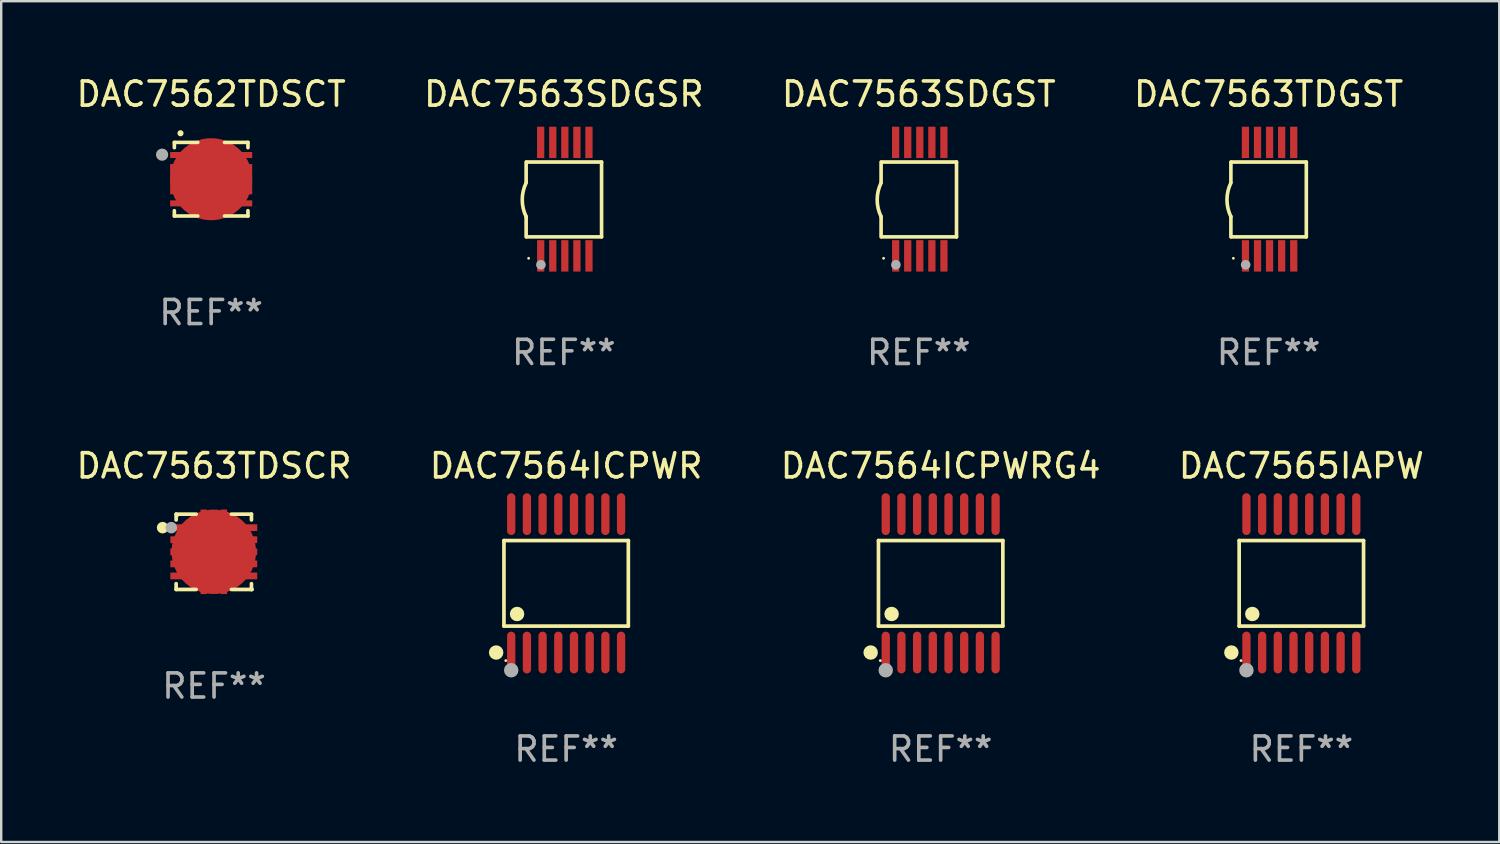
<source format=kicad_pcb>
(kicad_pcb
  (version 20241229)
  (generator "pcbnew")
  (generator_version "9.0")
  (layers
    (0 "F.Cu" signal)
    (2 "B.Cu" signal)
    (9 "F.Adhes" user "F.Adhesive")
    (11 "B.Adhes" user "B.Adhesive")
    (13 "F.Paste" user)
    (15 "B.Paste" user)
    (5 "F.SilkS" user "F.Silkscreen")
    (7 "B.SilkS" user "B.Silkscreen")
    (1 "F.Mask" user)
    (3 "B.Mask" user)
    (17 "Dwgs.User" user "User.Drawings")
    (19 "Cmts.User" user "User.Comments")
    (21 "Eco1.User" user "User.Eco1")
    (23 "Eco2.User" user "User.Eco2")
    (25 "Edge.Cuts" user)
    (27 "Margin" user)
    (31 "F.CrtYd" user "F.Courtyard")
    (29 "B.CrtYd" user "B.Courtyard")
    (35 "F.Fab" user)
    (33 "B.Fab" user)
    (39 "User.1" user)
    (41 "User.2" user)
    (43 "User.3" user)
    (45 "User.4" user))
  (footprint "DAC7564ICPWRG4"
    (layer "F.Cu")
    (at 35.911 21.111)
    (property "Reference" "DAC7564ICPWRG4" (at 0 -4.866 0) (layer "F.SilkS") (effects (font (size 1 1) (thickness 0.15))))
    (attr through_hole)
    (fp_line (start -2.576 -1.772) (end 2.576 -1.772) (stroke (width 0.152) (type solid)) (layer "F.SilkS"))
    (fp_line (start -2.576 1.771) (end -2.576 -1.772) (stroke (width 0.152) (type solid)) (layer "F.SilkS"))
    (fp_line (start 2.576 -1.772) (end 2.576 1.771) (stroke (width 0.152) (type solid)) (layer "F.SilkS"))
    (fp_line (start 2.576 1.771) (end -2.576 1.771) (stroke (width 0.152) (type solid)) (layer "F.SilkS"))
    (fp_circle (center -2.899 2.866) (end -2.749 2.866) (stroke (width 0.3) (type solid)) (fill no) (layer "F.SilkS"))
    (fp_circle (center -2.5 3.2) (end -2.47 3.2) (stroke (width 0.06) (type solid)) (fill no) (layer "F.SilkS"))
    (fp_circle (center -2.032 1.27) (end -1.882 1.27) (stroke (width 0.3) (type solid)) (fill no) (layer "F.SilkS"))
    (fp_circle (center -2.275 3.6) (end -2.125 3.6) (stroke (width 0.3) (type solid)) (fill no) (layer "F.Fab"))
    (fp_text user "REF**" (at 0 6.866 0) (layer "F.Fab") (effects (font (size 1 1) (thickness 0.15))))
    (pad "1" smd oval (at -2.275 2.866) (size 0.343 1.731) (layers "F.Cu" "F.Mask" "F.Paste"))
    (pad "2" smd oval (at -1.625 2.866) (size 0.343 1.731) (layers "F.Cu" "F.Mask" "F.Paste"))
    (pad "3" smd oval (at -0.975 2.866) (size 0.343 1.731) (layers "F.Cu" "F.Mask" "F.Paste"))
    (pad "4" smd oval (at -0.325 2.866) (size 0.343 1.731) (layers "F.Cu" "F.Mask" "F.Paste"))
    (pad "5" smd oval (at 0.325 2.866) (size 0.343 1.731) (layers "F.Cu" "F.Mask" "F.Paste"))
    (pad "6" smd oval (at 0.975 2.866) (size 0.343 1.731) (layers "F.Cu" "F.Mask" "F.Paste"))
    (pad "7" smd oval (at 1.625 2.866) (size 0.343 1.731) (layers "F.Cu" "F.Mask" "F.Paste"))
    (pad "8" smd oval (at 2.275 2.866) (size 0.343 1.731) (layers "F.Cu" "F.Mask" "F.Paste"))
    (pad "9" smd oval (at 2.275 -2.866) (size 0.343 1.731) (layers "F.Cu" "F.Mask" "F.Paste"))
    (pad "10" smd oval (at 1.625 -2.866) (size 0.343 1.731) (layers "F.Cu" "F.Mask" "F.Paste"))
    (pad "11" smd oval (at 0.975 -2.866) (size 0.343 1.731) (layers "F.Cu" "F.Mask" "F.Paste"))
    (pad "12" smd oval (at 0.325 -2.866) (size 0.343 1.731) (layers "F.Cu" "F.Mask" "F.Paste"))
    (pad "13" smd oval (at -0.325 -2.866) (size 0.343 1.731) (layers "F.Cu" "F.Mask" "F.Paste"))
    (pad "14" smd oval (at -0.975 -2.866) (size 0.343 1.731) (layers "F.Cu" "F.Mask" "F.Paste"))
    (pad "15" smd oval (at -1.625 -2.866) (size 0.343 1.731) (layers "F.Cu" "F.Mask" "F.Paste"))
    (pad "16" smd oval (at -2.275 -2.866) (size 0.343 1.731) (layers "F.Cu" "F.Mask" "F.Paste")))
  (footprint "DAC7565IAPW"
    (layer "F.Cu")
    (at 50.851 21.111)
    (property "Reference" "DAC7565IAPW" (at 0 -4.866 0) (layer "F.SilkS") (effects (font (size 1 1) (thickness 0.15))))
    (attr through_hole)
    (fp_line (start -2.576 -1.772) (end 2.576 -1.772) (stroke (width 0.152) (type solid)) (layer "F.SilkS"))
    (fp_line (start -2.576 1.771) (end -2.576 -1.772) (stroke (width 0.152) (type solid)) (layer "F.SilkS"))
    (fp_line (start 2.576 -1.772) (end 2.576 1.771) (stroke (width 0.152) (type solid)) (layer "F.SilkS"))
    (fp_line (start 2.576 1.771) (end -2.576 1.771) (stroke (width 0.152) (type solid)) (layer "F.SilkS"))
    (fp_circle (center -2.899 2.866) (end -2.749 2.866) (stroke (width 0.3) (type solid)) (fill no) (layer "F.SilkS"))
    (fp_circle (center -2.5 3.2) (end -2.47 3.2) (stroke (width 0.06) (type solid)) (fill no) (layer "F.SilkS"))
    (fp_circle (center -2.032 1.27) (end -1.882 1.27) (stroke (width 0.3) (type solid)) (fill no) (layer "F.SilkS"))
    (fp_circle (center -2.275 3.6) (end -2.125 3.6) (stroke (width 0.3) (type solid)) (fill no) (layer "F.Fab"))
    (fp_text user "REF**" (at 0 6.866 0) (layer "F.Fab") (effects (font (size 1 1) (thickness 0.15))))
    (pad "1" smd oval (at -2.275 2.866) (size 0.343 1.731) (layers "F.Cu" "F.Mask" "F.Paste"))
    (pad "2" smd oval (at -1.625 2.866) (size 0.343 1.731) (layers "F.Cu" "F.Mask" "F.Paste"))
    (pad "3" smd oval (at -0.975 2.866) (size 0.343 1.731) (layers "F.Cu" "F.Mask" "F.Paste"))
    (pad "4" smd oval (at -0.325 2.866) (size 0.343 1.731) (layers "F.Cu" "F.Mask" "F.Paste"))
    (pad "5" smd oval (at 0.325 2.866) (size 0.343 1.731) (layers "F.Cu" "F.Mask" "F.Paste"))
    (pad "6" smd oval (at 0.975 2.866) (size 0.343 1.731) (layers "F.Cu" "F.Mask" "F.Paste"))
    (pad "7" smd oval (at 1.625 2.866) (size 0.343 1.731) (layers "F.Cu" "F.Mask" "F.Paste"))
    (pad "8" smd oval (at 2.275 2.866) (size 0.343 1.731) (layers "F.Cu" "F.Mask" "F.Paste"))
    (pad "9" smd oval (at 2.275 -2.866) (size 0.343 1.731) (layers "F.Cu" "F.Mask" "F.Paste"))
    (pad "10" smd oval (at 1.625 -2.866) (size 0.343 1.731) (layers "F.Cu" "F.Mask" "F.Paste"))
    (pad "11" smd oval (at 0.975 -2.866) (size 0.343 1.731) (layers "F.Cu" "F.Mask" "F.Paste"))
    (pad "12" smd oval (at 0.325 -2.866) (size 0.343 1.731) (layers "F.Cu" "F.Mask" "F.Paste"))
    (pad "13" smd oval (at -0.325 -2.866) (size 0.343 1.731) (layers "F.Cu" "F.Mask" "F.Paste"))
    (pad "14" smd oval (at -0.975 -2.866) (size 0.343 1.731) (layers "F.Cu" "F.Mask" "F.Paste"))
    (pad "15" smd oval (at -1.625 -2.866) (size 0.343 1.731) (layers "F.Cu" "F.Mask" "F.Paste"))
    (pad "16" smd oval (at -2.275 -2.866) (size 0.343 1.731) (layers "F.Cu" "F.Mask" "F.Paste")))
  (footprint "DAC7562TDSCT"
    (layer "F.Cu")
    (at 5.696 4.372)
    (property "Reference" "DAC7562TDSCT" (at 0 -3.524 0) (layer "F.SilkS") (effects (font (size 1 1) (thickness 0.15))))
    (attr through_hole)
    (fp_line (start -1.524 -1.524) (end -1.524 -1.305) (stroke (width 0.15) (type solid)) (layer "F.SilkS"))
    (fp_line (start -1.524 1.305) (end -1.524 1.524) (stroke (width 0.15) (type solid)) (layer "F.SilkS"))
    (fp_line (start -1.524 1.524) (end -0.554 1.524) (stroke (width 0.15) (type solid)) (layer "F.SilkS"))
    (fp_line (start -0.554 -1.524) (end -1.524 -1.524) (stroke (width 0.15) (type solid)) (layer "F.SilkS"))
    (fp_line (start 0.554 1.524) (end 1.524 1.524) (stroke (width 0.15) (type solid)) (layer "F.SilkS"))
    (fp_line (start 1.524 -1.524) (end 0.554 -1.524) (stroke (width 0.15) (type solid)) (layer "F.SilkS"))
    (fp_line (start 1.524 -1.305) (end 1.524 -1.524) (stroke (width 0.15) (type solid)) (layer "F.SilkS"))
    (fp_line (start 1.524 1.524) (end 1.524 1.305) (stroke (width 0.15) (type solid)) (layer "F.SilkS"))
    (fp_arc (start -1.270003 -1.902489) (mid -1.27001 -1.903759) (end -1.270003 -1.905029) (stroke (width 0.25) (type solid)) (layer "F.SilkS"))
    (fp_circle (center -1.502 -1.504) (end -1.472 -1.504) (stroke (width 0.06) (type solid)) (fill no) (layer "F.SilkS"))
    (fp_circle (center -2.032 -1.016) (end -1.905 -1.016) (stroke (width 0.254) (type solid)) (fill no) (layer "F.Fab"))
    (fp_text user "REF**" (at 0 5.524 0) (layer "F.Fab") (effects (font (size 1 1) (thickness 0.15))))
    (pad "1" smd rect (at -1.4 -1.001 90) (size 0.25 0.6) (layers "F.Cu" "F.Mask" "F.Paste"))
    (pad "2" smd rect (at -1.4 -0.5 90) (size 0.25 0.6) (layers "F.Cu" "F.Mask" "F.Paste"))
    (pad "3" smd rect (at -1.4 0.000076 90) (size 0.25 0.6) (layers "F.Cu" "F.Mask" "F.Paste"))
    (pad "4" smd rect (at -1.4 0.5 90) (size 0.25 0.6) (layers "F.Cu" "F.Mask" "F.Paste"))
    (pad "5" smd rect (at -1.4 1.001 90) (size 0.25 0.6) (layers "F.Cu" "F.Mask" "F.Paste"))
    (pad "6" smd rect (at 1.4 1.001 270) (size 0.25 0.6) (layers "F.Cu" "F.Mask" "F.Paste"))
    (pad "7" smd rect (at 1.4 0.5 270) (size 0.25 0.6) (layers "F.Cu" "F.Mask" "F.Paste"))
    (pad "8" smd rect (at 1.4 0.000076 270) (size 0.25 0.6) (layers "F.Cu" "F.Mask" "F.Paste"))
    (pad "9" smd rect (at 1.4 -0.5 270) (size 0.25 0.6) (layers "F.Cu" "F.Mask" "F.Paste"))
    (pad "10" smd rect (at 1.4 -1.001 270) (size 0.25 0.6) (layers "F.Cu" "F.Mask" "F.Paste"))
    (pad "11" smd custom (at -0.000102 0.000076 270) (size 3.4 1.65) (layers "F.Cu" "F.Mask" "F.Paste") (options (anchor circle)) (primitives (gr_poly (pts (xy -0.125 -1.7) (xy -0.125 -1.2) (xy 0.125 -1.2) (xy 0.125 -1.7) (xy 0.375 -1.7) (xy 0.375 -1.2) (xy 0.825 -1.2) (xy 0.825 1.2) (xy 0.375 1.2) (xy 0.375 1.7) (xy 0.125 1.7) (xy 0.125 1.2) (xy -0.125 1.2) (xy -0.125 1.7) (xy -0.375 1.7) (xy -0.375 1.2) (xy -0.825 1.2) (xy -0.825 -1.2) (xy -0.375 -1.2) (xy -0.375 -1.7)) (width 0) (fill yes)))))
  (footprint "DAC7563SDGST"
    (layer "F.Cu")
    (at 35.006 5.198)
    (property "Reference" "DAC7563SDGST" (at 0 -4.35 0) (layer "F.SilkS") (effects (font (size 1 1) (thickness 0.15))))
    (attr through_hole)
    (fp_line (start -1.562 -1.537) (end -1.562 -0.698) (stroke (width 0.15) (type solid)) (layer "F.SilkS"))
    (fp_line (start -1.562 0.724) (end -1.562 1.562) (stroke (width 0.15) (type solid)) (layer "F.SilkS"))
    (fp_line (start -1.538 -1.537) (end 1.562 -1.537) (stroke (width 0.15) (type solid)) (layer "F.SilkS"))
    (fp_line (start -1.538 1.562) (end 1.562 1.562) (stroke (width 0.15) (type solid)) (layer "F.SilkS"))
    (fp_line (start 1.562 1.564) (end 1.562 -1.537) (stroke (width 0.15) (type solid)) (layer "F.SilkS"))
    (fp_arc (start -1.562103 0.724079) (mid -1.723579 0.025578) (end -1.562103 -0.672924) (stroke (width 0.150013) (type solid)) (layer "F.SilkS"))
    (fp_circle (center -1.459 2.45) (end -1.429 2.45) (stroke (width 0.06) (type solid)) (fill no) (layer "F.SilkS"))
    (fp_circle (center -0.95 2.718) (end -0.85 2.718) (stroke (width 0.2) (type solid)) (fill no) (layer "F.Fab"))
    (fp_text user "REF**" (at 0 6.35 0) (layer "F.Fab") (effects (font (size 1 1) (thickness 0.15))))
    (pad "1" smd rect (at -0.959 2.35) (size 0.3 1.3) (layers "F.Cu" "F.Mask" "F.Paste"))
    (pad "2" smd rect (at -0.459 2.35) (size 0.3 1.3) (layers "F.Cu" "F.Mask" "F.Paste"))
    (pad "3" smd rect (at 0.04 2.35) (size 0.3 1.3) (layers "F.Cu" "F.Mask" "F.Paste"))
    (pad "4" smd rect (at 0.541 2.35) (size 0.3 1.3) (layers "F.Cu" "F.Mask" "F.Paste"))
    (pad "5" smd rect (at 1.041 2.35) (size 0.3 1.3) (layers "F.Cu" "F.Mask" "F.Paste"))
    (pad "6" smd rect (at 1.04 -2.35) (size 0.3 1.3) (layers "F.Cu" "F.Mask" "F.Paste"))
    (pad "7" smd rect (at 0.541 -2.35) (size 0.3 1.3) (layers "F.Cu" "F.Mask" "F.Paste"))
    (pad "8" smd rect (at 0.041 -2.35) (size 0.3 1.3) (layers "F.Cu" "F.Mask" "F.Paste"))
    (pad "9" smd rect (at -0.459 -2.35) (size 0.3 1.3) (layers "F.Cu" "F.Mask" "F.Paste"))
    (pad "10" smd rect (at -0.96 -2.35) (size 0.3 1.3) (layers "F.Cu" "F.Mask" "F.Paste")))
  (footprint "DAC7564ICPWR"
    (layer "F.Cu")
    (at 20.399 21.111)
    (property "Reference" "DAC7564ICPWR" (at 0 -4.866 0) (layer "F.SilkS") (effects (font (size 1 1) (thickness 0.15))))
    (attr through_hole)
    (fp_line (start -2.576 -1.772) (end 2.576 -1.772) (stroke (width 0.152) (type solid)) (layer "F.SilkS"))
    (fp_line (start -2.576 1.771) (end -2.576 -1.772) (stroke (width 0.152) (type solid)) (layer "F.SilkS"))
    (fp_line (start 2.576 -1.772) (end 2.576 1.771) (stroke (width 0.152) (type solid)) (layer "F.SilkS"))
    (fp_line (start 2.576 1.771) (end -2.576 1.771) (stroke (width 0.152) (type solid)) (layer "F.SilkS"))
    (fp_circle (center -2.899 2.866) (end -2.749 2.866) (stroke (width 0.3) (type solid)) (fill no) (layer "F.SilkS"))
    (fp_circle (center -2.5 3.2) (end -2.47 3.2) (stroke (width 0.06) (type solid)) (fill no) (layer "F.SilkS"))
    (fp_circle (center -2.032 1.27) (end -1.882 1.27) (stroke (width 0.3) (type solid)) (fill no) (layer "F.SilkS"))
    (fp_circle (center -2.275 3.6) (end -2.125 3.6) (stroke (width 0.3) (type solid)) (fill no) (layer "F.Fab"))
    (fp_text user "REF**" (at 0 6.866 0) (layer "F.Fab") (effects (font (size 1 1) (thickness 0.15))))
    (pad "1" smd oval (at -2.275 2.866) (size 0.343 1.731) (layers "F.Cu" "F.Mask" "F.Paste"))
    (pad "2" smd oval (at -1.625 2.866) (size 0.343 1.731) (layers "F.Cu" "F.Mask" "F.Paste"))
    (pad "3" smd oval (at -0.975 2.866) (size 0.343 1.731) (layers "F.Cu" "F.Mask" "F.Paste"))
    (pad "4" smd oval (at -0.325 2.866) (size 0.343 1.731) (layers "F.Cu" "F.Mask" "F.Paste"))
    (pad "5" smd oval (at 0.325 2.866) (size 0.343 1.731) (layers "F.Cu" "F.Mask" "F.Paste"))
    (pad "6" smd oval (at 0.975 2.866) (size 0.343 1.731) (layers "F.Cu" "F.Mask" "F.Paste"))
    (pad "7" smd oval (at 1.625 2.866) (size 0.343 1.731) (layers "F.Cu" "F.Mask" "F.Paste"))
    (pad "8" smd oval (at 2.275 2.866) (size 0.343 1.731) (layers "F.Cu" "F.Mask" "F.Paste"))
    (pad "9" smd oval (at 2.275 -2.866) (size 0.343 1.731) (layers "F.Cu" "F.Mask" "F.Paste"))
    (pad "10" smd oval (at 1.625 -2.866) (size 0.343 1.731) (layers "F.Cu" "F.Mask" "F.Paste"))
    (pad "11" smd oval (at 0.975 -2.866) (size 0.343 1.731) (layers "F.Cu" "F.Mask" "F.Paste"))
    (pad "12" smd oval (at 0.325 -2.866) (size 0.343 1.731) (layers "F.Cu" "F.Mask" "F.Paste"))
    (pad "13" smd oval (at -0.325 -2.866) (size 0.343 1.731) (layers "F.Cu" "F.Mask" "F.Paste"))
    (pad "14" smd oval (at -0.975 -2.866) (size 0.343 1.731) (layers "F.Cu" "F.Mask" "F.Paste"))
    (pad "15" smd oval (at -1.625 -2.866) (size 0.343 1.731) (layers "F.Cu" "F.Mask" "F.Paste"))
    (pad "16" smd oval (at -2.275 -2.866) (size 0.343 1.731) (layers "F.Cu" "F.Mask" "F.Paste")))
  (footprint "DAC7563TDSCR"
    (layer "F.Cu")
    (at 5.815 19.805)
    (property "Reference" "DAC7563TDSCR" (at 0 -3.56 0) (layer "F.SilkS") (effects (font (size 1 1) (thickness 0.15))))
    (attr through_hole)
    (fp_line (start -1.57 -1.56) (end -1.57 -1.32) (stroke (width 0.152) (type solid)) (layer "F.SilkS"))
    (fp_line (start -1.57 1.32) (end -1.57 1.56) (stroke (width 0.152) (type solid)) (layer "F.SilkS"))
    (fp_line (start -1.57 1.56) (end -0.74 1.56) (stroke (width 0.152) (type solid)) (layer "F.SilkS"))
    (fp_line (start -0.74 -1.56) (end -1.57 -1.56) (stroke (width 0.152) (type solid)) (layer "F.SilkS"))
    (fp_line (start 0.72 1.56) (end 1.57 1.56) (stroke (width 0.152) (type solid)) (layer "F.SilkS"))
    (fp_line (start 1.55 -1.56) (end 0.72 -1.56) (stroke (width 0.152) (type solid)) (layer "F.SilkS"))
    (fp_line (start 1.55 -1.32) (end 1.55 -1.56) (stroke (width 0.152) (type solid)) (layer "F.SilkS"))
    (fp_line (start 1.55 1.56) (end 1.55 1.32) (stroke (width 0.152) (type solid)) (layer "F.SilkS"))
    (fp_line (start 1.57 1.56) (end 1.55 1.56) (stroke (width 0.152) (type solid)) (layer "F.SilkS"))
    (fp_circle (center -2.13 -1) (end -2.01 -1) (stroke (width 0.24) (type solid)) (fill no) (layer "F.SilkS"))
    (fp_circle (center -1.51 -1.5) (end -1.48 -1.5) (stroke (width 0.06) (type solid)) (fill no) (layer "F.SilkS"))
    (fp_circle (center -1.77 -1) (end -1.65 -1) (stroke (width 0.24) (type solid)) (fill no) (layer "F.Fab"))
    (fp_text user "REF**" (at 0 5.56 0) (layer "F.Fab") (effects (font (size 1 1) (thickness 0.15))))
    (pad "1" smd rect (at -1.417 -1) (size 0.785 0.28) (layers "F.Cu" "F.Mask" "F.Paste"))
    (pad "2" smd rect (at -1.417 -0.5) (size 0.785 0.28) (layers "F.Cu" "F.Mask" "F.Paste"))
    (pad "3" smd rect (at -1.417 0) (size 0.785 0.28) (layers "F.Cu" "F.Mask" "F.Paste"))
    (pad "4" smd rect (at -1.417 0.5) (size 0.785 0.28) (layers "F.Cu" "F.Mask" "F.Paste"))
    (pad "5" smd rect (at -1.417 1) (size 0.785 0.28) (layers "F.Cu" "F.Mask" "F.Paste"))
    (pad "6" smd rect (at 1.397 1) (size 0.785 0.28) (layers "F.Cu" "F.Mask" "F.Paste"))
    (pad "7" smd rect (at 1.397 0.5) (size 0.785 0.28) (layers "F.Cu" "F.Mask" "F.Paste"))
    (pad "8" smd rect (at 1.397 0) (size 0.785 0.28) (layers "F.Cu" "F.Mask" "F.Paste"))
    (pad "9" smd rect (at 1.397 -0.5) (size 0.785 0.28) (layers "F.Cu" "F.Mask" "F.Paste"))
    (pad "10" smd rect (at 1.397 -1) (size 0.785 0.28) (layers "F.Cu" "F.Mask" "F.Paste"))
    (pad "11" smd custom (at -0.01 0) (size 3.5 1.1) (layers "F.Cu" "F.Mask" "F.Paste") (options (anchor circle)) (primitives (gr_poly (pts (xy -0.55 -1.75) (xy -0.29 -1.75) (xy -0.29 -1.5) (xy 0.29 -1.5) (xy 0.29 -1.75) (xy 0.55 -1.75) (xy 0.55 1.75) (xy 0.29 1.75) (xy 0.29 1.5) (xy -0.29 1.5) (xy -0.29 1.75) (xy -0.55 1.75)) (width 0) (fill yes)))))
  (footprint "DAC7563SDGSR"
    (layer "F.Cu")
    (at 20.304 5.198)
    (property "Reference" "DAC7563SDGSR" (at 0 -4.35 0) (layer "F.SilkS") (effects (font (size 1 1) (thickness 0.15))))
    (attr through_hole)
    (fp_line (start -1.562 -1.537) (end -1.562 -0.698) (stroke (width 0.15) (type solid)) (layer "F.SilkS"))
    (fp_line (start -1.562 0.724) (end -1.562 1.562) (stroke (width 0.15) (type solid)) (layer "F.SilkS"))
    (fp_line (start -1.538 -1.537) (end 1.562 -1.537) (stroke (width 0.15) (type solid)) (layer "F.SilkS"))
    (fp_line (start -1.538 1.562) (end 1.562 1.562) (stroke (width 0.15) (type solid)) (layer "F.SilkS"))
    (fp_line (start 1.562 1.564) (end 1.562 -1.537) (stroke (width 0.15) (type solid)) (layer "F.SilkS"))
    (fp_arc (start -1.562103 0.724079) (mid -1.723579 0.025578) (end -1.562103 -0.672924) (stroke (width 0.150013) (type solid)) (layer "F.SilkS"))
    (fp_circle (center -1.459 2.45) (end -1.429 2.45) (stroke (width 0.06) (type solid)) (fill no) (layer "F.SilkS"))
    (fp_circle (center -0.95 2.718) (end -0.85 2.718) (stroke (width 0.2) (type solid)) (fill no) (layer "F.Fab"))
    (fp_text user "REF**" (at 0 6.35 0) (layer "F.Fab") (effects (font (size 1 1) (thickness 0.15))))
    (pad "1" smd rect (at -0.959 2.35) (size 0.3 1.3) (layers "F.Cu" "F.Mask" "F.Paste"))
    (pad "2" smd rect (at -0.459 2.35) (size 0.3 1.3) (layers "F.Cu" "F.Mask" "F.Paste"))
    (pad "3" smd rect (at 0.04 2.35) (size 0.3 1.3) (layers "F.Cu" "F.Mask" "F.Paste"))
    (pad "4" smd rect (at 0.541 2.35) (size 0.3 1.3) (layers "F.Cu" "F.Mask" "F.Paste"))
    (pad "5" smd rect (at 1.041 2.35) (size 0.3 1.3) (layers "F.Cu" "F.Mask" "F.Paste"))
    (pad "6" smd rect (at 1.04 -2.35) (size 0.3 1.3) (layers "F.Cu" "F.Mask" "F.Paste"))
    (pad "7" smd rect (at 0.541 -2.35) (size 0.3 1.3) (layers "F.Cu" "F.Mask" "F.Paste"))
    (pad "8" smd rect (at 0.041 -2.35) (size 0.3 1.3) (layers "F.Cu" "F.Mask" "F.Paste"))
    (pad "9" smd rect (at -0.459 -2.35) (size 0.3 1.3) (layers "F.Cu" "F.Mask" "F.Paste"))
    (pad "10" smd rect (at -0.96 -2.35) (size 0.3 1.3) (layers "F.Cu" "F.Mask" "F.Paste")))
  (footprint "DAC7563TDGST"
    (layer "F.Cu")
    (at 49.494 5.198)
    (property "Reference" "DAC7563TDGST" (at 0 -4.35 0) (layer "F.SilkS") (effects (font (size 1 1) (thickness 0.15))))
    (attr through_hole)
    (fp_line (start -1.562 -1.537) (end -1.562 -0.698) (stroke (width 0.15) (type solid)) (layer "F.SilkS"))
    (fp_line (start -1.562 0.724) (end -1.562 1.562) (stroke (width 0.15) (type solid)) (layer "F.SilkS"))
    (fp_line (start -1.538 -1.537) (end 1.562 -1.537) (stroke (width 0.15) (type solid)) (layer "F.SilkS"))
    (fp_line (start -1.538 1.562) (end 1.562 1.562) (stroke (width 0.15) (type solid)) (layer "F.SilkS"))
    (fp_line (start 1.562 1.564) (end 1.562 -1.537) (stroke (width 0.15) (type solid)) (layer "F.SilkS"))
    (fp_arc (start -1.562103 0.724079) (mid -1.723579 0.025578) (end -1.562103 -0.672924) (stroke (width 0.150013) (type solid)) (layer "F.SilkS"))
    (fp_circle (center -1.459 2.45) (end -1.429 2.45) (stroke (width 0.06) (type solid)) (fill no) (layer "F.SilkS"))
    (fp_circle (center -0.95 2.718) (end -0.85 2.718) (stroke (width 0.2) (type solid)) (fill no) (layer "F.Fab"))
    (fp_text user "REF**" (at 0 6.35 0) (layer "F.Fab") (effects (font (size 1 1) (thickness 0.15))))
    (pad "1" smd rect (at -0.959 2.35) (size 0.3 1.3) (layers "F.Cu" "F.Mask" "F.Paste"))
    (pad "2" smd rect (at -0.459 2.35) (size 0.3 1.3) (layers "F.Cu" "F.Mask" "F.Paste"))
    (pad "3" smd rect (at 0.04 2.35) (size 0.3 1.3) (layers "F.Cu" "F.Mask" "F.Paste"))
    (pad "4" smd rect (at 0.541 2.35) (size 0.3 1.3) (layers "F.Cu" "F.Mask" "F.Paste"))
    (pad "5" smd rect (at 1.041 2.35) (size 0.3 1.3) (layers "F.Cu" "F.Mask" "F.Paste"))
    (pad "6" smd rect (at 1.04 -2.35) (size 0.3 1.3) (layers "F.Cu" "F.Mask" "F.Paste"))
    (pad "7" smd rect (at 0.541 -2.35) (size 0.3 1.3) (layers "F.Cu" "F.Mask" "F.Paste"))
    (pad "8" smd rect (at 0.041 -2.35) (size 0.3 1.3) (layers "F.Cu" "F.Mask" "F.Paste"))
    (pad "9" smd rect (at -0.459 -2.35) (size 0.3 1.3) (layers "F.Cu" "F.Mask" "F.Paste"))
    (pad "10" smd rect (at -0.96 -2.35) (size 0.3 1.3) (layers "F.Cu" "F.Mask" "F.Paste")))
  (gr_rect
    (start -3 -3)
    (end 59.048 31.825)
    (stroke (width 0.1) (type default))
    (fill no)
    (layer "Edge.Cuts")))
</source>
